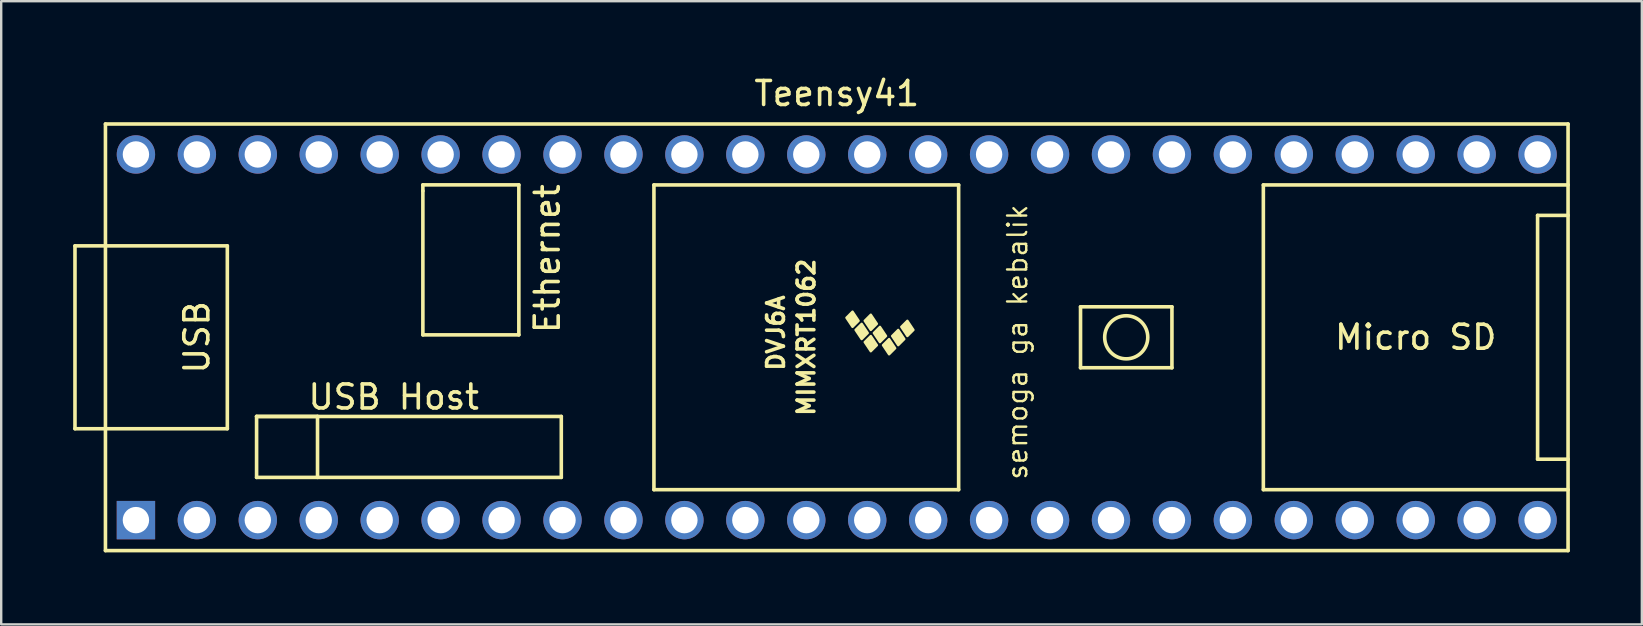
<source format=kicad_pcb>
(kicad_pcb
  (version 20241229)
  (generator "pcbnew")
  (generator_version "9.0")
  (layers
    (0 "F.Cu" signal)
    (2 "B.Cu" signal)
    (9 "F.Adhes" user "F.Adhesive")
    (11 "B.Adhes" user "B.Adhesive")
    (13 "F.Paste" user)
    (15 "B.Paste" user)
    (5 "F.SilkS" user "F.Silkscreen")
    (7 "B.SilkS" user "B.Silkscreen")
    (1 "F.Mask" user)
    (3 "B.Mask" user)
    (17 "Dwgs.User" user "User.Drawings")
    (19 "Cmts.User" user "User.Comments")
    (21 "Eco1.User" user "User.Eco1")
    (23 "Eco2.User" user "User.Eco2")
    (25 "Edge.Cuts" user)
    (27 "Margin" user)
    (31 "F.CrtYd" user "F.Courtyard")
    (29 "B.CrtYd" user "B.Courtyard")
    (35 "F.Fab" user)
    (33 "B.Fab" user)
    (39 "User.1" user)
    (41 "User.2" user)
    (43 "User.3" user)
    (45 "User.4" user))
  (footprint "Teensy41"
    (layer "F.Cu")
    (at 31.825 11.008)
    (property "Reference" "Teensy41" (at 0 -10.16 0) (layer "F.SilkS") (effects (font (size 1 1) (thickness 0.15))))
    (attr through_hole)
    (fp_line (start -31.75 -3.81) (end -30.48 -3.81) (stroke (width 0.15) (type solid)) (layer "F.SilkS"))
    (fp_line (start -31.75 3.81) (end -31.75 -3.81) (stroke (width 0.15) (type solid)) (layer "F.SilkS"))
    (fp_line (start -30.48 -8.89) (end 30.48 -8.89) (stroke (width 0.15) (type solid)) (layer "F.SilkS"))
    (fp_line (start -30.48 3.81) (end -31.75 3.81) (stroke (width 0.15) (type solid)) (layer "F.SilkS"))
    (fp_line (start -30.48 8.89) (end -30.48 -8.89) (stroke (width 0.15) (type solid)) (layer "F.SilkS"))
    (fp_line (start -25.4 -3.81) (end -30.48 -3.81) (stroke (width 0.15) (type solid)) (layer "F.SilkS"))
    (fp_line (start -25.4 3.81) (end -30.48 3.81) (stroke (width 0.15) (type solid)) (layer "F.SilkS"))
    (fp_line (start -25.4 3.81) (end -25.4 -3.81) (stroke (width 0.15) (type solid)) (layer "F.SilkS"))
    (fp_line (start -24.181 3.299) (end -21.641 3.299) (stroke (width 0.15) (type solid)) (layer "F.SilkS"))
    (fp_line (start -24.181 3.299) (end -11.481 3.299) (stroke (width 0.15) (type solid)) (layer "F.SilkS"))
    (fp_line (start -24.181 5.839) (end -24.181 3.299) (stroke (width 0.15) (type solid)) (layer "F.SilkS"))
    (fp_line (start -21.641 3.299) (end -21.641 5.839) (stroke (width 0.15) (type solid)) (layer "F.SilkS"))
    (fp_line (start -17.25 -6.352) (end -17.25 -6.102) (stroke (width 0.15) (type solid)) (layer "F.SilkS"))
    (fp_line (start -17.25 -6.102) (end -17.25 -0.102) (stroke (width 0.15) (type solid)) (layer "F.SilkS"))
    (fp_line (start -17.25 -0.102) (end -13.25 -0.102) (stroke (width 0.15) (type solid)) (layer "F.SilkS"))
    (fp_line (start -13.25 -6.352) (end -17.25 -6.352) (stroke (width 0.15) (type solid)) (layer "F.SilkS"))
    (fp_line (start -13.25 -0.102) (end -13.25 -6.352) (stroke (width 0.15) (type solid)) (layer "F.SilkS"))
    (fp_line (start -11.481 3.299) (end -11.481 5.839) (stroke (width 0.15) (type solid)) (layer "F.SilkS"))
    (fp_line (start -11.481 5.839) (end -24.181 5.839) (stroke (width 0.15) (type solid)) (layer "F.SilkS"))
    (fp_line (start -7.62 -6.35) (end -7.62 6.35) (stroke (width 0.15) (type solid)) (layer "F.SilkS"))
    (fp_line (start -7.62 6.35) (end 5.08 6.35) (stroke (width 0.15) (type solid)) (layer "F.SilkS"))
    (fp_line (start 5.08 -6.35) (end -7.62 -6.35) (stroke (width 0.15) (type solid)) (layer "F.SilkS"))
    (fp_line (start 5.08 6.35) (end 5.08 -6.35) (stroke (width 0.15) (type solid)) (layer "F.SilkS"))
    (fp_line (start 10.16 -1.27) (end 13.97 -1.27) (stroke (width 0.15) (type solid)) (layer "F.SilkS"))
    (fp_line (start 10.16 1.27) (end 10.16 -1.27) (stroke (width 0.15) (type solid)) (layer "F.SilkS"))
    (fp_line (start 13.97 -1.27) (end 13.97 1.27) (stroke (width 0.15) (type solid)) (layer "F.SilkS"))
    (fp_line (start 13.97 1.27) (end 10.16 1.27) (stroke (width 0.15) (type solid)) (layer "F.SilkS"))
    (fp_line (start 17.78 -6.35) (end 17.78 6.35) (stroke (width 0.15) (type solid)) (layer "F.SilkS"))
    (fp_line (start 17.78 6.35) (end 30.48 6.35) (stroke (width 0.15) (type solid)) (layer "F.SilkS"))
    (fp_line (start 29.21 -5.08) (end 29.21 5.08) (stroke (width 0.15) (type solid)) (layer "F.SilkS"))
    (fp_line (start 29.21 5.08) (end 30.48 5.08) (stroke (width 0.15) (type solid)) (layer "F.SilkS"))
    (fp_line (start 30.48 -8.89) (end 30.48 8.89) (stroke (width 0.15) (type solid)) (layer "F.SilkS"))
    (fp_line (start 30.48 -6.35) (end 17.78 -6.35) (stroke (width 0.15) (type solid)) (layer "F.SilkS"))
    (fp_line (start 30.48 -5.08) (end 29.21 -5.08) (stroke (width 0.15) (type solid)) (layer "F.SilkS"))
    (fp_line (start 30.48 8.89) (end -30.48 8.89) (stroke (width 0.15) (type solid)) (layer "F.SilkS"))
    (fp_circle (center 12.065 0) (end 12.7 -0.635) (stroke (width 0.15) (type solid)) (fill no) (layer "F.SilkS"))
    (fp_poly (pts (xy 0.911 -0.688) (xy 0.657 -0.434) (xy 0.403 -0.815) (xy 0.657 -1.069)) (stroke (width 0.1) (type solid)) (fill yes) (layer "F.SilkS"))
    (fp_poly (pts (xy 1.292 -0.18) (xy 1.038 0.074) (xy 0.784 -0.307) (xy 1.038 -0.561)) (stroke (width 0.1) (type solid)) (fill yes) (layer "F.SilkS"))
    (fp_poly (pts (xy 1.673 -0.561) (xy 1.419 -0.307) (xy 1.165 -0.688) (xy 1.419 -0.942)) (stroke (width 0.1) (type solid)) (fill yes) (layer "F.SilkS"))
    (fp_poly (pts (xy 1.673 0.328) (xy 1.419 0.582) (xy 1.165 0.201) (xy 1.419 -0.053)) (stroke (width 0.1) (type solid)) (fill yes) (layer "F.SilkS"))
    (fp_poly (pts (xy 2.054 -0.053) (xy 1.8 0.201) (xy 1.546 -0.18) (xy 1.8 -0.434)) (stroke (width 0.1) (type solid)) (fill yes) (layer "F.SilkS"))
    (fp_poly (pts (xy 2.435 0.455) (xy 2.181 0.709) (xy 1.927 0.328) (xy 2.181 0.074)) (stroke (width 0.1) (type solid)) (fill yes) (layer "F.SilkS"))
    (fp_poly (pts (xy 2.816 0.074) (xy 2.562 0.328) (xy 2.308 -0.053) (xy 2.562 -0.307)) (stroke (width 0.1) (type solid)) (fill yes) (layer "F.SilkS"))
    (fp_poly (pts (xy 3.197 -0.307) (xy 2.943 -0.053) (xy 2.689 -0.434) (xy 2.943 -0.688)) (stroke (width 0.1) (type solid)) (fill yes) (layer "F.SilkS"))
    (fp_text user "semoga ga kebalik" (at 8 6 90) (unlocked yes) (layer "F.SilkS") (effects (font (size 0.8 0.8) (thickness 0.1)) (justify left bottom)))
    (fp_text user "USB" (at -26.67 0 270) (layer "F.SilkS") (effects (font (size 1 1) (thickness 0.15))))
    (fp_text user "DVJ6A" (at -2.54 -0.18 270) (layer "F.SilkS") (effects (font (size 0.7 0.7) (thickness 0.15))))
    (fp_text user "USB Host" (at -18.466 2.489 0) (layer "F.SilkS") (effects (font (size 1 1) (thickness 0.15))))
    (fp_text user "MIMXRT1062" (at -1.27 0 270) (layer "F.SilkS") (effects (font (size 0.7 0.7) (thickness 0.15))))
    (fp_text user "Ethernet" (at -12.065 -3.277 90) (layer "F.SilkS") (effects (font (size 1 1) (thickness 0.15))))
    (fp_text user "Micro SD" (at 24.13 0 0) (layer "F.SilkS") (effects (font (size 1 1) (thickness 0.15))))
    (pad "1" thru_hole rect (at -29.21 7.62) (size 1.6 1.6) (drill 1.1) (layers "*.Cu" "*.Mask"))
    (pad "2" thru_hole circle (at -26.67 7.62) (size 1.6 1.6) (drill 1.1) (layers "*.Cu" "*.Mask"))
    (pad "3" thru_hole circle (at -24.13 7.62) (size 1.6 1.6) (drill 1.1) (layers "*.Cu" "*.Mask"))
    (pad "4" thru_hole circle (at -21.59 7.62) (size 1.6 1.6) (drill 1.1) (layers "*.Cu" "*.Mask"))
    (pad "5" thru_hole circle (at -19.05 7.62) (size 1.6 1.6) (drill 1.1) (layers "*.Cu" "*.Mask"))
    (pad "6" thru_hole circle (at -16.51 7.62) (size 1.6 1.6) (drill 1.1) (layers "*.Cu" "*.Mask"))
    (pad "7" thru_hole circle (at -13.97 7.62) (size 1.6 1.6) (drill 1.1) (layers "*.Cu" "*.Mask"))
    (pad "8" thru_hole circle (at -11.43 7.62) (size 1.6 1.6) (drill 1.1) (layers "*.Cu" "*.Mask"))
    (pad "9" thru_hole circle (at -8.89 7.62) (size 1.6 1.6) (drill 1.1) (layers "*.Cu" "*.Mask"))
    (pad "10" thru_hole circle (at -6.35 7.62) (size 1.6 1.6) (drill 1.1) (layers "*.Cu" "*.Mask"))
    (pad "11" thru_hole circle (at -3.81 7.62) (size 1.6 1.6) (drill 1.1) (layers "*.Cu" "*.Mask"))
    (pad "12" thru_hole circle (at -1.27 7.62) (size 1.6 1.6) (drill 1.1) (layers "*.Cu" "*.Mask"))
    (pad "13" thru_hole circle (at 1.27 7.62) (size 1.6 1.6) (drill 1.1) (layers "*.Cu" "*.Mask"))
    (pad "14" thru_hole circle (at 3.81 7.62) (size 1.6 1.6) (drill 1.1) (layers "*.Cu" "*.Mask"))
    (pad "15" thru_hole circle (at 6.35 7.62) (size 1.6 1.6) (drill 1.1) (layers "*.Cu" "*.Mask"))
    (pad "16" thru_hole circle (at 8.89 7.62) (size 1.6 1.6) (drill 1.1) (layers "*.Cu" "*.Mask"))
    (pad "17" thru_hole circle (at 11.43 7.62) (size 1.6 1.6) (drill 1.1) (layers "*.Cu" "*.Mask"))
    (pad "18" thru_hole circle (at 13.97 7.62) (size 1.6 1.6) (drill 1.1) (layers "*.Cu" "*.Mask"))
    (pad "19" thru_hole circle (at 16.51 7.62) (size 1.6 1.6) (drill 1.1) (layers "*.Cu" "*.Mask"))
    (pad "20" thru_hole circle (at 19.05 7.62) (size 1.6 1.6) (drill 1.1) (layers "*.Cu" "*.Mask"))
    (pad "21" thru_hole circle (at 21.59 7.62) (size 1.6 1.6) (drill 1.1) (layers "*.Cu" "*.Mask"))
    (pad "22" thru_hole circle (at 24.13 7.62) (size 1.6 1.6) (drill 1.1) (layers "*.Cu" "*.Mask"))
    (pad "23" thru_hole circle (at 26.67 7.62) (size 1.6 1.6) (drill 1.1) (layers "*.Cu" "*.Mask"))
    (pad "24" thru_hole circle (at 29.21 7.62) (size 1.6 1.6) (drill 1.1) (layers "*.Cu" "*.Mask"))
    (pad "25" thru_hole circle (at 29.21 -7.62) (size 1.6 1.6) (drill 1.1) (layers "*.Cu" "*.Mask"))
    (pad "26" thru_hole circle (at 26.67 -7.62) (size 1.6 1.6) (drill 1.1) (layers "*.Cu" "*.Mask"))
    (pad "27" thru_hole circle (at 24.13 -7.62) (size 1.6 1.6) (drill 1.1) (layers "*.Cu" "*.Mask"))
    (pad "28" thru_hole circle (at 21.59 -7.62) (size 1.6 1.6) (drill 1.1) (layers "*.Cu" "*.Mask"))
    (pad "29" thru_hole circle (at 19.05 -7.62) (size 1.6 1.6) (drill 1.1) (layers "*.Cu" "*.Mask"))
    (pad "30" thru_hole circle (at 16.51 -7.62) (size 1.6 1.6) (drill 1.1) (layers "*.Cu" "*.Mask"))
    (pad "31" thru_hole circle (at 13.97 -7.62) (size 1.6 1.6) (drill 1.1) (layers "*.Cu" "*.Mask"))
    (pad "32" thru_hole circle (at 11.43 -7.62) (size 1.6 1.6) (drill 1.1) (layers "*.Cu" "*.Mask"))
    (pad "33" thru_hole circle (at 8.89 -7.62) (size 1.6 1.6) (drill 1.1) (layers "*.Cu" "*.Mask"))
    (pad "34" thru_hole circle (at 6.35 -7.62) (size 1.6 1.6) (drill 1.1) (layers "*.Cu" "*.Mask"))
    (pad "35" thru_hole circle (at 3.81 -7.62) (size 1.6 1.6) (drill 1.1) (layers "*.Cu" "*.Mask"))
    (pad "36" thru_hole circle (at 1.27 -7.62) (size 1.6 1.6) (drill 1.1) (layers "*.Cu" "*.Mask"))
    (pad "37" thru_hole circle (at -1.27 -7.62) (size 1.6 1.6) (drill 1.1) (layers "*.Cu" "*.Mask"))
    (pad "38" thru_hole circle (at -3.81 -7.62) (size 1.6 1.6) (drill 1.1) (layers "*.Cu" "*.Mask"))
    (pad "39" thru_hole circle (at -6.35 -7.62) (size 1.6 1.6) (drill 1.1) (layers "*.Cu" "*.Mask"))
    (pad "40" thru_hole circle (at -8.89 -7.62) (size 1.6 1.6) (drill 1.1) (layers "*.Cu" "*.Mask"))
    (pad "41" thru_hole circle (at -11.43 -7.62) (size 1.6 1.6) (drill 1.1) (layers "*.Cu" "*.Mask"))
    (pad "42" thru_hole circle (at -13.97 -7.62) (size 1.6 1.6) (drill 1.1) (layers "*.Cu" "*.Mask"))
    (pad "43" thru_hole circle (at -16.51 -7.62) (size 1.6 1.6) (drill 1.1) (layers "*.Cu" "*.Mask"))
    (pad "44" thru_hole circle (at -19.05 -7.62) (size 1.6 1.6) (drill 1.1) (layers "*.Cu" "*.Mask"))
    (pad "45" thru_hole circle (at -21.59 -7.62) (size 1.6 1.6) (drill 1.1) (layers "*.Cu" "*.Mask"))
    (pad "46" thru_hole circle (at -24.13 -7.62) (size 1.6 1.6) (drill 1.1) (layers "*.Cu" "*.Mask"))
    (pad "47" thru_hole circle (at -26.67 -7.62) (size 1.6 1.6) (drill 1.1) (layers "*.Cu" "*.Mask"))
    (pad "48" thru_hole circle (at -29.21 -7.62) (size 1.6 1.6) (drill 1.1) (layers "*.Cu" "*.Mask")))
  (gr_rect
    (start -3 -3)
    (end 65.38 22.973)
    (stroke (width 0.1) (type default))
    (fill no)
    (layer "Edge.Cuts")))
</source>
